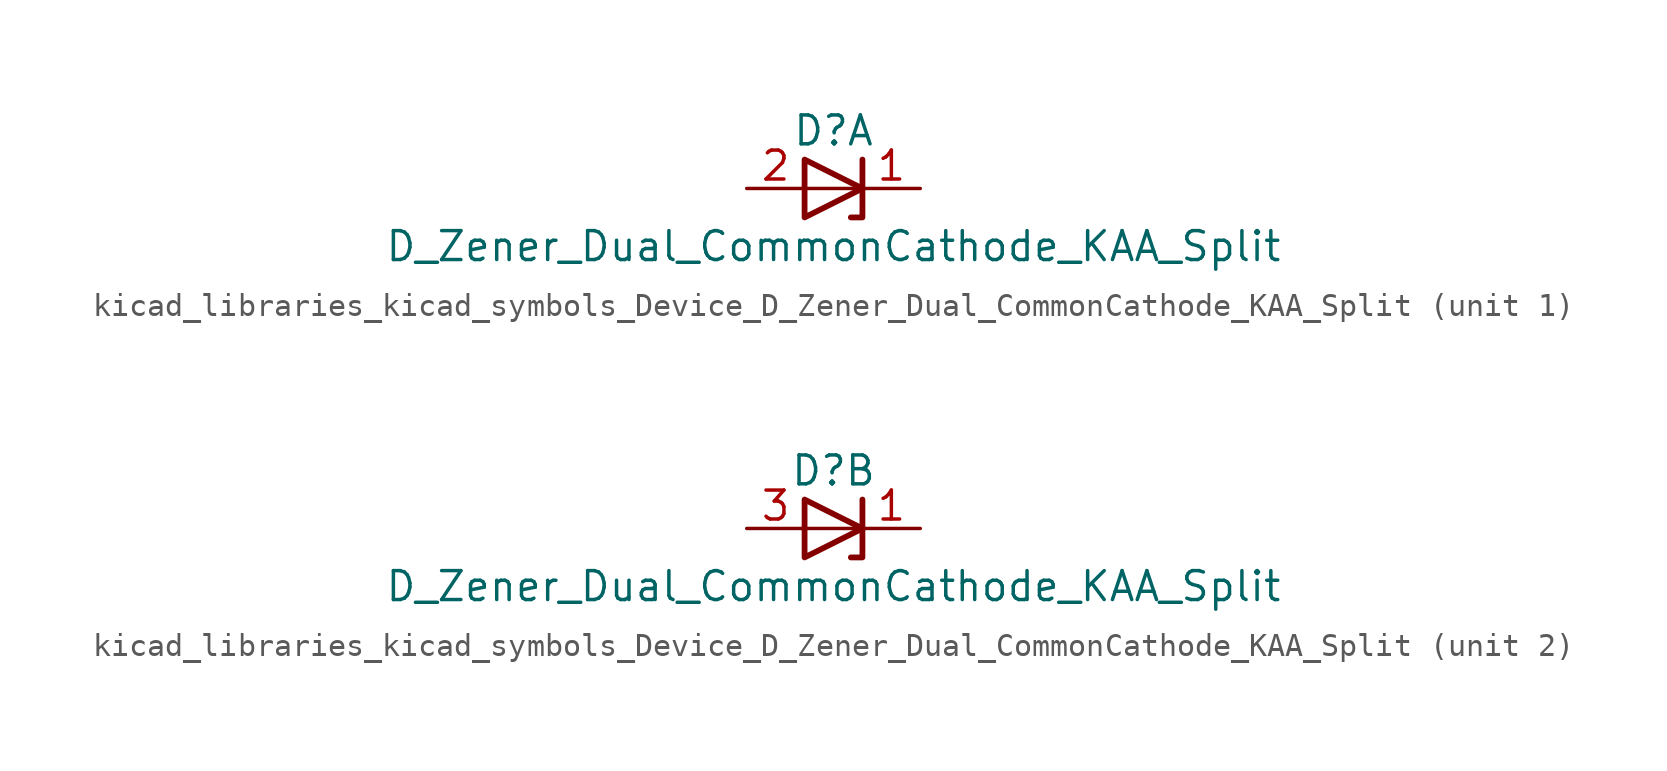
<source format=kicad_sym>
(kicad_symbol_lib
  (version 20220914)
  (generator kicad_symbol_editor)
  (symbol "kicad_libraries_kicad_symbols_Device_D_Zener_Dual_CommonCathode_KAA_Split"
    (pin_names
      (offset 0.762) hide)
    (property "Reference" "D"
      (at 0 2.54 0)
      (effects (font (size 1.27 1.27))))
    (property "Value" "D_Zener_Dual_CommonCathode_KAA_Split"
      (at 0 -2.54 0)
      (effects (font (size 1.27 1.27))))
    (property "ki_locked" ""
      (at 0 0 0)
      (effects (font (size 1.27 1.27))))
    (symbol "kicad_libraries_kicad_symbols_Device_D_Zener_Dual_CommonCathode_KAA_Split_0_0"
      (polyline (pts (xy 1.27 1.27) (xy 1.27 -1.27) (xy 0.762 -1.27)) (stroke (width 0.254) (type default)) (fill (type none))))
    (symbol "kicad_libraries_kicad_symbols_Device_D_Zener_Dual_CommonCathode_KAA_Split_0_1"
      (polyline (pts (xy 1.27 0) (xy -1.27 0)) (stroke (width 0) (type default)) (fill (type none)))
      (polyline (pts (xy -1.27 1.27) (xy 1.27 0) (xy -1.27 -1.27) (xy -1.27 1.27) (xy -1.27 1.27) (xy -1.27 1.27)) (stroke (width 0.254) (type default)) (fill (type none)))
      (pin passive line (at 3.81 0 180) (length 2.54) (name "K" (effects (font (size 1.27 1.27)))) (number "1" (effects (font (size 1.27 1.27))))))
    (symbol "kicad_libraries_kicad_symbols_Device_D_Zener_Dual_CommonCathode_KAA_Split_1_1"
      (pin passive line (at -3.81 0 0) (length 2.54) (name "A" (effects (font (size 1.27 1.27)))) (number "2" (effects (font (size 1.27 1.27))))))
    (symbol "kicad_libraries_kicad_symbols_Device_D_Zener_Dual_CommonCathode_KAA_Split_2_1"
      (pin passive line (at -3.81 0 0) (length 2.54) (name "K" (effects (font (size 1.27 1.27)))) (number "3" (effects (font (size 1.27 1.27))))))))
</source>
